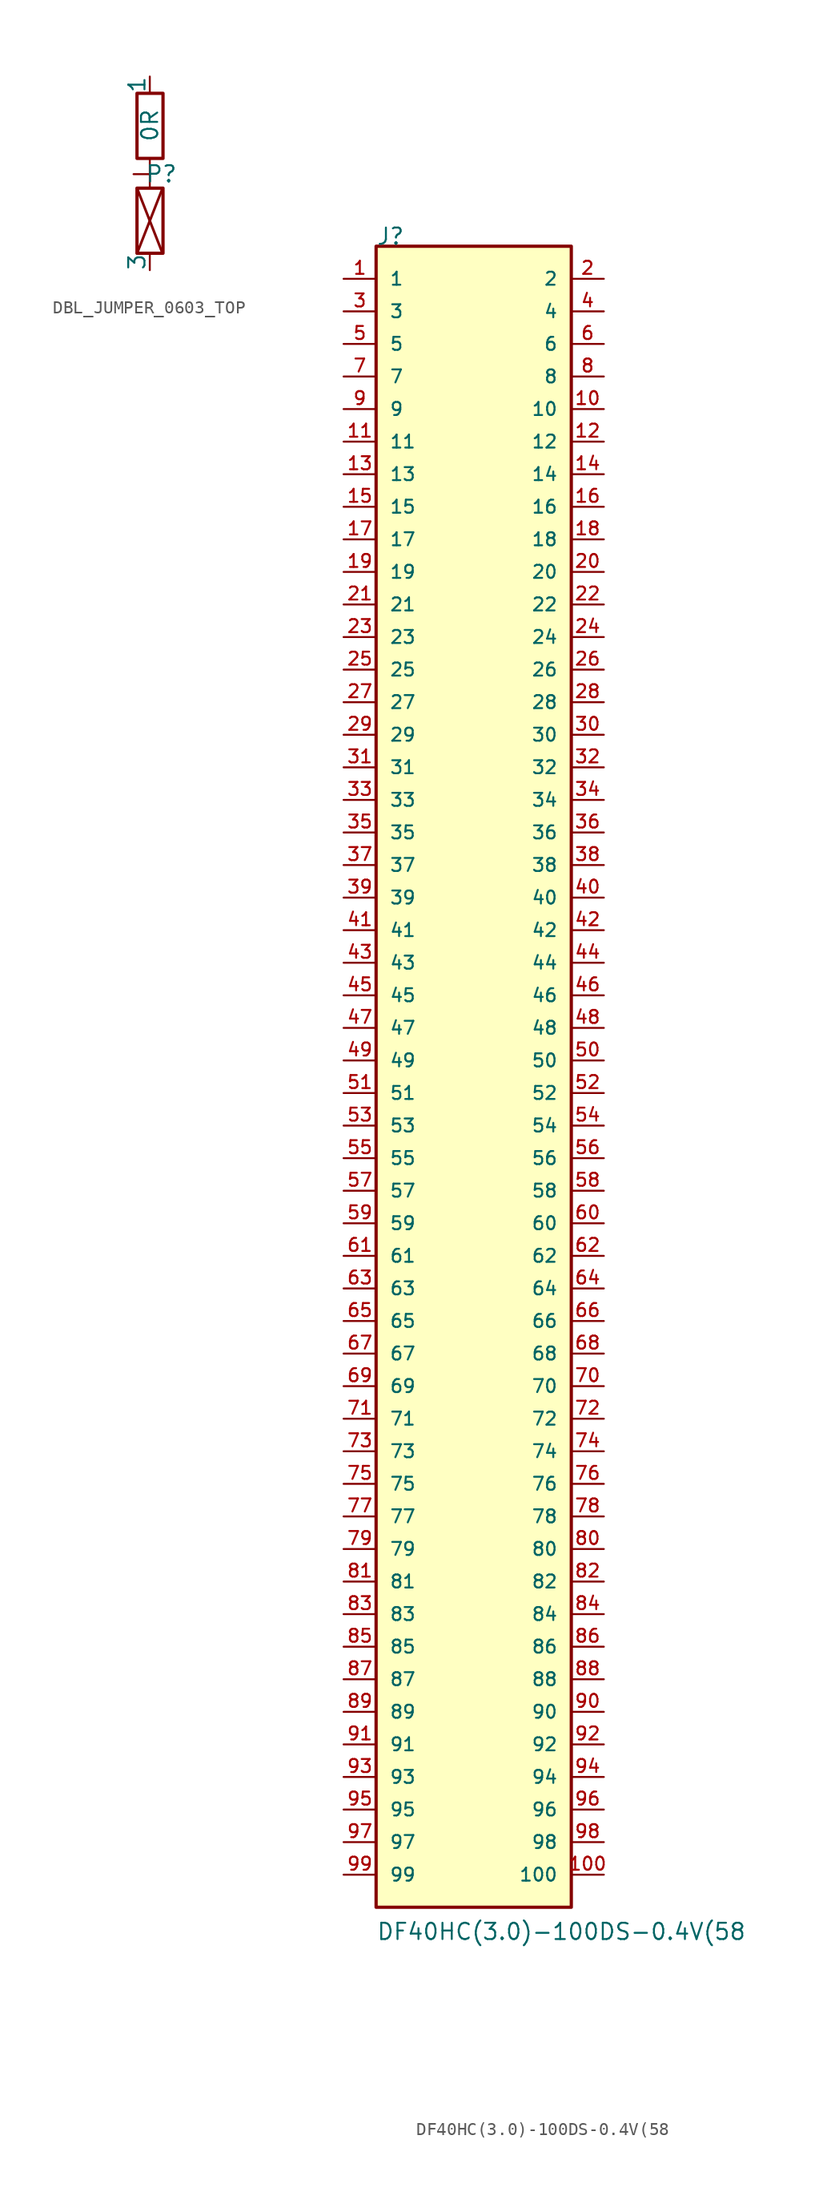
<source format=kicad_sym>
(kicad_symbol_lib
  (version 20220914)
  (generator kicad_symbol_editor)
  (symbol "DBL_JUMPER_0603_TOP"
    (pin_numbers hide)
    (pin_names
      (offset 0))
    (property "Reference" "P"
      (at 0.9 -3.8 0)
      (effects (font (size 1.27 1.27))))
    (property "Value" "0R"
      (at 0 0 90)
      (effects (font (size 1.27 1.27))))
    (symbol "DBL_JUMPER_0603_TOP_0_1"
      (rectangle (start -1 -4.9) (end 1.032 -9.98) (stroke (width 0.254) (type default)) (fill (type none)))
      (rectangle (start -1 2.5) (end 1.032 -2.58) (stroke (width 0.254) (type default)) (fill (type none)))
      (polyline (pts (xy 0 -2.6) (xy 0 -4.9)) (stroke (width 0) (type default)) (fill (type none))))
    (symbol "DBL_JUMPER_0603_TOP_1_1"
      (polyline (pts (xy -1 -4.9) (xy 1 -10)) (stroke (width 0.2) (type default)) (fill (type none)))
      (polyline (pts (xy 1 -4.9) (xy -1 -10)) (stroke (width 0.2) (type default)) (fill (type none)))
      (pin passive line (at 0 3.81 270) (length 1.27) (name "1" (effects (font (size 1.27 1.27)))) (number "1" (effects (font (size 1.27 1.27)))))
      (pin passive line (at -1.27 -3.81 0) (length 1.27) (name "~" (effects (font (size 1.27 1.27)))) (number "2" (effects (font (size 1.27 1.27)))))
      (pin passive line (at 0 -11.3 90) (length 1.27) (name "3" (effects (font (size 1.27 1.27)))) (number "3" (effects (font (size 1.27 1.27)))))))
  (symbol "DF40HC(3.0)-100DS-0.4V(58"
    (pin_names
      (offset 1.016))
    (property "Reference" "J"
      (at -7.62 63.525 0)
      (effects (font (size 1.27 1.27)) (justify left bottom)))
    (property "Value" "DF40HC(3.0)-100DS-0.4V(58"
      (at -7.62 -68.682 0)
      (effects (font (size 1.27 1.27)) (justify left bottom)))
    (symbol "DF40HC(3.0)-100DS-0.4V(58_0_0"
      (rectangle (start -7.62 -66.04) (end 7.62 63.5) (stroke (width 0.254) (type default)) (fill (type background)))
      (pin passive line (at -10.16 60.96 0) (length 2.54) (name "1" (effects (font (size 1.016 1.016)))) (number "1" (effects (font (size 1.016 1.016)))))
      (pin passive line (at 10.16 50.8 180) (length 2.54) (name "10" (effects (font (size 1.016 1.016)))) (number "10" (effects (font (size 1.016 1.016)))))
      (pin passive line (at 10.16 -63.5 180) (length 2.54) (name "100" (effects (font (size 1.016 1.016)))) (number "100" (effects (font (size 1.016 1.016)))))
      (pin passive line (at -10.16 48.26 0) (length 2.54) (name "11" (effects (font (size 1.016 1.016)))) (number "11" (effects (font (size 1.016 1.016)))))
      (pin passive line (at 10.16 48.26 180) (length 2.54) (name "12" (effects (font (size 1.016 1.016)))) (number "12" (effects (font (size 1.016 1.016)))))
      (pin passive line (at -10.16 45.72 0) (length 2.54) (name "13" (effects (font (size 1.016 1.016)))) (number "13" (effects (font (size 1.016 1.016)))))
      (pin passive line (at 10.16 45.72 180) (length 2.54) (name "14" (effects (font (size 1.016 1.016)))) (number "14" (effects (font (size 1.016 1.016)))))
      (pin passive line (at -10.16 43.18 0) (length 2.54) (name "15" (effects (font (size 1.016 1.016)))) (number "15" (effects (font (size 1.016 1.016)))))
      (pin passive line (at 10.16 43.18 180) (length 2.54) (name "16" (effects (font (size 1.016 1.016)))) (number "16" (effects (font (size 1.016 1.016)))))
      (pin passive line (at -10.16 40.64 0) (length 2.54) (name "17" (effects (font (size 1.016 1.016)))) (number "17" (effects (font (size 1.016 1.016)))))
      (pin passive line (at 10.16 40.64 180) (length 2.54) (name "18" (effects (font (size 1.016 1.016)))) (number "18" (effects (font (size 1.016 1.016)))))
      (pin passive line (at -10.16 38.1 0) (length 2.54) (name "19" (effects (font (size 1.016 1.016)))) (number "19" (effects (font (size 1.016 1.016)))))
      (pin passive line (at 10.16 60.96 180) (length 2.54) (name "2" (effects (font (size 1.016 1.016)))) (number "2" (effects (font (size 1.016 1.016)))))
      (pin passive line (at 10.16 38.1 180) (length 2.54) (name "20" (effects (font (size 1.016 1.016)))) (number "20" (effects (font (size 1.016 1.016)))))
      (pin passive line (at -10.16 35.56 0) (length 2.54) (name "21" (effects (font (size 1.016 1.016)))) (number "21" (effects (font (size 1.016 1.016)))))
      (pin passive line (at 10.16 35.56 180) (length 2.54) (name "22" (effects (font (size 1.016 1.016)))) (number "22" (effects (font (size 1.016 1.016)))))
      (pin passive line (at -10.16 33.02 0) (length 2.54) (name "23" (effects (font (size 1.016 1.016)))) (number "23" (effects (font (size 1.016 1.016)))))
      (pin passive line (at 10.16 33.02 180) (length 2.54) (name "24" (effects (font (size 1.016 1.016)))) (number "24" (effects (font (size 1.016 1.016)))))
      (pin passive line (at -10.16 30.48 0) (length 2.54) (name "25" (effects (font (size 1.016 1.016)))) (number "25" (effects (font (size 1.016 1.016)))))
      (pin passive line (at 10.16 30.48 180) (length 2.54) (name "26" (effects (font (size 1.016 1.016)))) (number "26" (effects (font (size 1.016 1.016)))))
      (pin passive line (at -10.16 27.94 0) (length 2.54) (name "27" (effects (font (size 1.016 1.016)))) (number "27" (effects (font (size 1.016 1.016)))))
      (pin passive line (at 10.16 27.94 180) (length 2.54) (name "28" (effects (font (size 1.016 1.016)))) (number "28" (effects (font (size 1.016 1.016)))))
      (pin passive line (at -10.16 25.4 0) (length 2.54) (name "29" (effects (font (size 1.016 1.016)))) (number "29" (effects (font (size 1.016 1.016)))))
      (pin passive line (at -10.16 58.42 0) (length 2.54) (name "3" (effects (font (size 1.016 1.016)))) (number "3" (effects (font (size 1.016 1.016)))))
      (pin passive line (at 10.16 25.4 180) (length 2.54) (name "30" (effects (font (size 1.016 1.016)))) (number "30" (effects (font (size 1.016 1.016)))))
      (pin passive line (at -10.16 22.86 0) (length 2.54) (name "31" (effects (font (size 1.016 1.016)))) (number "31" (effects (font (size 1.016 1.016)))))
      (pin passive line (at 10.16 22.86 180) (length 2.54) (name "32" (effects (font (size 1.016 1.016)))) (number "32" (effects (font (size 1.016 1.016)))))
      (pin passive line (at -10.16 20.32 0) (length 2.54) (name "33" (effects (font (size 1.016 1.016)))) (number "33" (effects (font (size 1.016 1.016)))))
      (pin passive line (at 10.16 20.32 180) (length 2.54) (name "34" (effects (font (size 1.016 1.016)))) (number "34" (effects (font (size 1.016 1.016)))))
      (pin passive line (at -10.16 17.78 0) (length 2.54) (name "35" (effects (font (size 1.016 1.016)))) (number "35" (effects (font (size 1.016 1.016)))))
      (pin passive line (at 10.16 17.78 180) (length 2.54) (name "36" (effects (font (size 1.016 1.016)))) (number "36" (effects (font (size 1.016 1.016)))))
      (pin passive line (at -10.16 15.24 0) (length 2.54) (name "37" (effects (font (size 1.016 1.016)))) (number "37" (effects (font (size 1.016 1.016)))))
      (pin passive line (at 10.16 15.24 180) (length 2.54) (name "38" (effects (font (size 1.016 1.016)))) (number "38" (effects (font (size 1.016 1.016)))))
      (pin passive line (at -10.16 12.7 0) (length 2.54) (name "39" (effects (font (size 1.016 1.016)))) (number "39" (effects (font (size 1.016 1.016)))))
      (pin passive line (at 10.16 58.42 180) (length 2.54) (name "4" (effects (font (size 1.016 1.016)))) (number "4" (effects (font (size 1.016 1.016)))))
      (pin passive line (at 10.16 12.7 180) (length 2.54) (name "40" (effects (font (size 1.016 1.016)))) (number "40" (effects (font (size 1.016 1.016)))))
      (pin passive line (at -10.16 10.16 0) (length 2.54) (name "41" (effects (font (size 1.016 1.016)))) (number "41" (effects (font (size 1.016 1.016)))))
      (pin passive line (at 10.16 10.16 180) (length 2.54) (name "42" (effects (font (size 1.016 1.016)))) (number "42" (effects (font (size 1.016 1.016)))))
      (pin passive line (at -10.16 7.62 0) (length 2.54) (name "43" (effects (font (size 1.016 1.016)))) (number "43" (effects (font (size 1.016 1.016)))))
      (pin passive line (at 10.16 7.62 180) (length 2.54) (name "44" (effects (font (size 1.016 1.016)))) (number "44" (effects (font (size 1.016 1.016)))))
      (pin passive line (at -10.16 5.08 0) (length 2.54) (name "45" (effects (font (size 1.016 1.016)))) (number "45" (effects (font (size 1.016 1.016)))))
      (pin passive line (at 10.16 5.08 180) (length 2.54) (name "46" (effects (font (size 1.016 1.016)))) (number "46" (effects (font (size 1.016 1.016)))))
      (pin passive line (at -10.16 2.54 0) (length 2.54) (name "47" (effects (font (size 1.016 1.016)))) (number "47" (effects (font (size 1.016 1.016)))))
      (pin passive line (at 10.16 2.54 180) (length 2.54) (name "48" (effects (font (size 1.016 1.016)))) (number "48" (effects (font (size 1.016 1.016)))))
      (pin passive line (at -10.16 0 0) (length 2.54) (name "49" (effects (font (size 1.016 1.016)))) (number "49" (effects (font (size 1.016 1.016)))))
      (pin passive line (at -10.16 55.88 0) (length 2.54) (name "5" (effects (font (size 1.016 1.016)))) (number "5" (effects (font (size 1.016 1.016)))))
      (pin passive line (at 10.16 0 180) (length 2.54) (name "50" (effects (font (size 1.016 1.016)))) (number "50" (effects (font (size 1.016 1.016)))))
      (pin passive line (at -10.16 -2.54 0) (length 2.54) (name "51" (effects (font (size 1.016 1.016)))) (number "51" (effects (font (size 1.016 1.016)))))
      (pin passive line (at 10.16 -2.54 180) (length 2.54) (name "52" (effects (font (size 1.016 1.016)))) (number "52" (effects (font (size 1.016 1.016)))))
      (pin passive line (at -10.16 -5.08 0) (length 2.54) (name "53" (effects (font (size 1.016 1.016)))) (number "53" (effects (font (size 1.016 1.016)))))
      (pin passive line (at 10.16 -5.08 180) (length 2.54) (name "54" (effects (font (size 1.016 1.016)))) (number "54" (effects (font (size 1.016 1.016)))))
      (pin passive line (at -10.16 -7.62 0) (length 2.54) (name "55" (effects (font (size 1.016 1.016)))) (number "55" (effects (font (size 1.016 1.016)))))
      (pin passive line (at 10.16 -7.62 180) (length 2.54) (name "56" (effects (font (size 1.016 1.016)))) (number "56" (effects (font (size 1.016 1.016)))))
      (pin passive line (at -10.16 -10.16 0) (length 2.54) (name "57" (effects (font (size 1.016 1.016)))) (number "57" (effects (font (size 1.016 1.016)))))
      (pin passive line (at 10.16 -10.16 180) (length 2.54) (name "58" (effects (font (size 1.016 1.016)))) (number "58" (effects (font (size 1.016 1.016)))))
      (pin passive line (at -10.16 -12.7 0) (length 2.54) (name "59" (effects (font (size 1.016 1.016)))) (number "59" (effects (font (size 1.016 1.016)))))
      (pin passive line (at 10.16 55.88 180) (length 2.54) (name "6" (effects (font (size 1.016 1.016)))) (number "6" (effects (font (size 1.016 1.016)))))
      (pin passive line (at 10.16 -12.7 180) (length 2.54) (name "60" (effects (font (size 1.016 1.016)))) (number "60" (effects (font (size 1.016 1.016)))))
      (pin passive line (at -10.16 -15.24 0) (length 2.54) (name "61" (effects (font (size 1.016 1.016)))) (number "61" (effects (font (size 1.016 1.016)))))
      (pin passive line (at 10.16 -15.24 180) (length 2.54) (name "62" (effects (font (size 1.016 1.016)))) (number "62" (effects (font (size 1.016 1.016)))))
      (pin passive line (at -10.16 -17.78 0) (length 2.54) (name "63" (effects (font (size 1.016 1.016)))) (number "63" (effects (font (size 1.016 1.016)))))
      (pin passive line (at 10.16 -17.78 180) (length 2.54) (name "64" (effects (font (size 1.016 1.016)))) (number "64" (effects (font (size 1.016 1.016)))))
      (pin passive line (at -10.16 -20.32 0) (length 2.54) (name "65" (effects (font (size 1.016 1.016)))) (number "65" (effects (font (size 1.016 1.016)))))
      (pin passive line (at 10.16 -20.32 180) (length 2.54) (name "66" (effects (font (size 1.016 1.016)))) (number "66" (effects (font (size 1.016 1.016)))))
      (pin passive line (at -10.16 -22.86 0) (length 2.54) (name "67" (effects (font (size 1.016 1.016)))) (number "67" (effects (font (size 1.016 1.016)))))
      (pin passive line (at 10.16 -22.86 180) (length 2.54) (name "68" (effects (font (size 1.016 1.016)))) (number "68" (effects (font (size 1.016 1.016)))))
      (pin passive line (at -10.16 -25.4 0) (length 2.54) (name "69" (effects (font (size 1.016 1.016)))) (number "69" (effects (font (size 1.016 1.016)))))
      (pin passive line (at -10.16 53.34 0) (length 2.54) (name "7" (effects (font (size 1.016 1.016)))) (number "7" (effects (font (size 1.016 1.016)))))
      (pin passive line (at 10.16 -25.4 180) (length 2.54) (name "70" (effects (font (size 1.016 1.016)))) (number "70" (effects (font (size 1.016 1.016)))))
      (pin passive line (at -10.16 -27.94 0) (length 2.54) (name "71" (effects (font (size 1.016 1.016)))) (number "71" (effects (font (size 1.016 1.016)))))
      (pin passive line (at 10.16 -27.94 180) (length 2.54) (name "72" (effects (font (size 1.016 1.016)))) (number "72" (effects (font (size 1.016 1.016)))))
      (pin passive line (at -10.16 -30.48 0) (length 2.54) (name "73" (effects (font (size 1.016 1.016)))) (number "73" (effects (font (size 1.016 1.016)))))
      (pin passive line (at 10.16 -30.48 180) (length 2.54) (name "74" (effects (font (size 1.016 1.016)))) (number "74" (effects (font (size 1.016 1.016)))))
      (pin passive line (at -10.16 -33.02 0) (length 2.54) (name "75" (effects (font (size 1.016 1.016)))) (number "75" (effects (font (size 1.016 1.016)))))
      (pin passive line (at 10.16 -33.02 180) (length 2.54) (name "76" (effects (font (size 1.016 1.016)))) (number "76" (effects (font (size 1.016 1.016)))))
      (pin passive line (at -10.16 -35.56 0) (length 2.54) (name "77" (effects (font (size 1.016 1.016)))) (number "77" (effects (font (size 1.016 1.016)))))
      (pin passive line (at 10.16 -35.56 180) (length 2.54) (name "78" (effects (font (size 1.016 1.016)))) (number "78" (effects (font (size 1.016 1.016)))))
      (pin passive line (at -10.16 -38.1 0) (length 2.54) (name "79" (effects (font (size 1.016 1.016)))) (number "79" (effects (font (size 1.016 1.016)))))
      (pin passive line (at 10.16 53.34 180) (length 2.54) (name "8" (effects (font (size 1.016 1.016)))) (number "8" (effects (font (size 1.016 1.016)))))
      (pin passive line (at 10.16 -38.1 180) (length 2.54) (name "80" (effects (font (size 1.016 1.016)))) (number "80" (effects (font (size 1.016 1.016)))))
      (pin passive line (at -10.16 -40.64 0) (length 2.54) (name "81" (effects (font (size 1.016 1.016)))) (number "81" (effects (font (size 1.016 1.016)))))
      (pin passive line (at 10.16 -40.64 180) (length 2.54) (name "82" (effects (font (size 1.016 1.016)))) (number "82" (effects (font (size 1.016 1.016)))))
      (pin passive line (at -10.16 -43.18 0) (length 2.54) (name "83" (effects (font (size 1.016 1.016)))) (number "83" (effects (font (size 1.016 1.016)))))
      (pin passive line (at 10.16 -43.18 180) (length 2.54) (name "84" (effects (font (size 1.016 1.016)))) (number "84" (effects (font (size 1.016 1.016)))))
      (pin passive line (at -10.16 -45.72 0) (length 2.54) (name "85" (effects (font (size 1.016 1.016)))) (number "85" (effects (font (size 1.016 1.016)))))
      (pin passive line (at 10.16 -45.72 180) (length 2.54) (name "86" (effects (font (size 1.016 1.016)))) (number "86" (effects (font (size 1.016 1.016)))))
      (pin passive line (at -10.16 -48.26 0) (length 2.54) (name "87" (effects (font (size 1.016 1.016)))) (number "87" (effects (font (size 1.016 1.016)))))
      (pin passive line (at 10.16 -48.26 180) (length 2.54) (name "88" (effects (font (size 1.016 1.016)))) (number "88" (effects (font (size 1.016 1.016)))))
      (pin passive line (at -10.16 -50.8 0) (length 2.54) (name "89" (effects (font (size 1.016 1.016)))) (number "89" (effects (font (size 1.016 1.016)))))
      (pin passive line (at -10.16 50.8 0) (length 2.54) (name "9" (effects (font (size 1.016 1.016)))) (number "9" (effects (font (size 1.016 1.016)))))
      (pin passive line (at 10.16 -50.8 180) (length 2.54) (name "90" (effects (font (size 1.016 1.016)))) (number "90" (effects (font (size 1.016 1.016)))))
      (pin passive line (at -10.16 -53.34 0) (length 2.54) (name "91" (effects (font (size 1.016 1.016)))) (number "91" (effects (font (size 1.016 1.016)))))
      (pin passive line (at 10.16 -53.34 180) (length 2.54) (name "92" (effects (font (size 1.016 1.016)))) (number "92" (effects (font (size 1.016 1.016)))))
      (pin passive line (at -10.16 -55.88 0) (length 2.54) (name "93" (effects (font (size 1.016 1.016)))) (number "93" (effects (font (size 1.016 1.016)))))
      (pin passive line (at 10.16 -55.88 180) (length 2.54) (name "94" (effects (font (size 1.016 1.016)))) (number "94" (effects (font (size 1.016 1.016)))))
      (pin passive line (at -10.16 -58.42 0) (length 2.54) (name "95" (effects (font (size 1.016 1.016)))) (number "95" (effects (font (size 1.016 1.016)))))
      (pin passive line (at 10.16 -58.42 180) (length 2.54) (name "96" (effects (font (size 1.016 1.016)))) (number "96" (effects (font (size 1.016 1.016)))))
      (pin passive line (at -10.16 -60.96 0) (length 2.54) (name "97" (effects (font (size 1.016 1.016)))) (number "97" (effects (font (size 1.016 1.016)))))
      (pin passive line (at 10.16 -60.96 180) (length 2.54) (name "98" (effects (font (size 1.016 1.016)))) (number "98" (effects (font (size 1.016 1.016)))))
      (pin passive line (at -10.16 -63.5 0) (length 2.54) (name "99" (effects (font (size 1.016 1.016)))) (number "99" (effects (font (size 1.016 1.016))))))))
</source>
